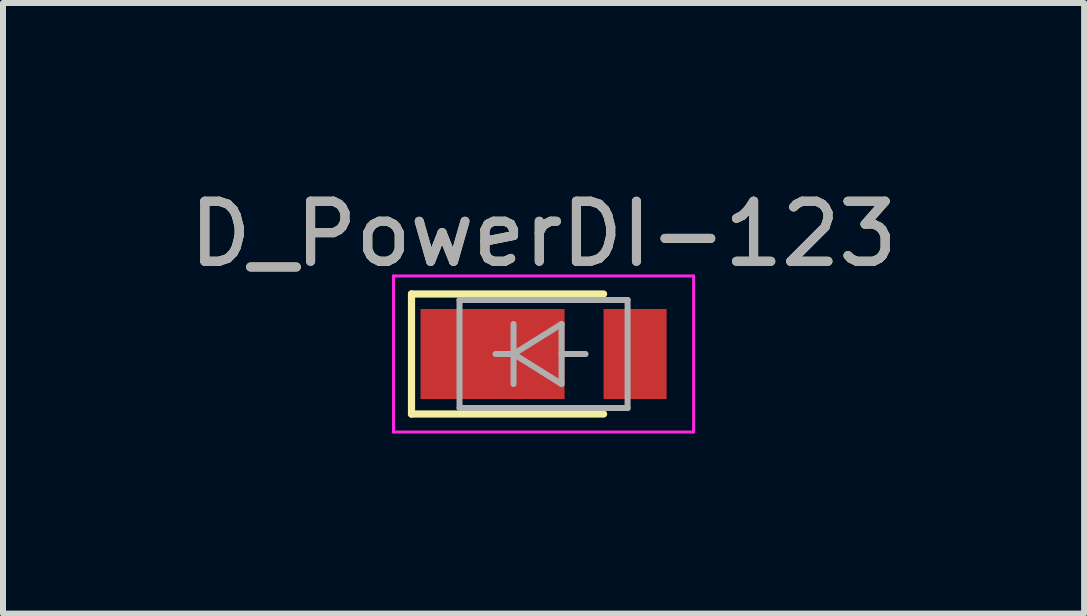
<source format=kicad_pcb>
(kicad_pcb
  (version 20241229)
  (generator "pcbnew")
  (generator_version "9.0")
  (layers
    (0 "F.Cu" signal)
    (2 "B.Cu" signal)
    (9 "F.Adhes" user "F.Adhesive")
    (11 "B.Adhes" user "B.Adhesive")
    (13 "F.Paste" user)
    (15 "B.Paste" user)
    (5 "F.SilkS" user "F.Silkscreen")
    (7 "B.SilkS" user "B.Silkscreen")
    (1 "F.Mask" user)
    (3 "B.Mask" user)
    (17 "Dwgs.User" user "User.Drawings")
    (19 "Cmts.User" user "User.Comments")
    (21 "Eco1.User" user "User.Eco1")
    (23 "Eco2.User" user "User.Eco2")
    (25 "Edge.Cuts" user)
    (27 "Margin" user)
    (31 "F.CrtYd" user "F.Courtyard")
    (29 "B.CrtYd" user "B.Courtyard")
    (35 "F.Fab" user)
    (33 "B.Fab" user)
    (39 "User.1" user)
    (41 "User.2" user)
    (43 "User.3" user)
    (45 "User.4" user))
  (footprint "D_PowerDI-123"
    (layer "F.Cu")
    (at 6.006 2.848)
    (property "Reference" "D_PowerDI-123" (at 0 -2 0) (layer "F.SilkS") (effects (font (size 1 1) (thickness 0.15))))
    (attr smd)
    (fp_line (start -2.2 1) (end -2.2 -1) (stroke (width 0.12) (type solid)) (layer "F.SilkS"))
    (fp_line (start -2.2 1) (end 1 1) (stroke (width 0.12) (type solid)) (layer "F.SilkS"))
    (fp_line (start 1 -1) (end -2.2 -1) (stroke (width 0.12) (type solid)) (layer "F.SilkS"))
    (fp_line (start -2.5 -1.3) (end 2.5 -1.3) (stroke (width 0.05) (type solid)) (layer "F.CrtYd"))
    (fp_line (start -2.5 1.3) (end -2.5 -1.3) (stroke (width 0.05) (type solid)) (layer "F.CrtYd"))
    (fp_line (start 2.5 -1.3) (end 2.5 1.3) (stroke (width 0.05) (type solid)) (layer "F.CrtYd"))
    (fp_line (start 2.5 1.3) (end -2.5 1.3) (stroke (width 0.05) (type solid)) (layer "F.CrtYd"))
    (fp_line (start -1.4 -0.9) (end 1.4 -0.9) (stroke (width 0.1) (type solid)) (layer "F.Fab"))
    (fp_line (start -1.4 0.9) (end -1.4 -0.9) (stroke (width 0.1) (type solid)) (layer "F.Fab"))
    (fp_line (start -0.8 0) (end -0.5 0) (stroke (width 0.1) (type solid)) (layer "F.Fab"))
    (fp_line (start -0.5 0) (end -0.5 -0.5) (stroke (width 0.1) (type solid)) (layer "F.Fab"))
    (fp_line (start -0.5 0) (end -0.5 0.5) (stroke (width 0.1) (type solid)) (layer "F.Fab"))
    (fp_line (start -0.5 0) (end 0.3 0.5) (stroke (width 0.1) (type solid)) (layer "F.Fab"))
    (fp_line (start 0.3 -0.5) (end -0.5 0) (stroke (width 0.1) (type solid)) (layer "F.Fab"))
    (fp_line (start 0.3 0) (end 0.7 0) (stroke (width 0.1) (type solid)) (layer "F.Fab"))
    (fp_line (start 0.3 0.5) (end 0.3 -0.5) (stroke (width 0.1) (type solid)) (layer "F.Fab"))
    (fp_line (start 1.4 -0.9) (end 1.4 0.9) (stroke (width 0.1) (type solid)) (layer "F.Fab"))
    (fp_line (start 1.4 0.9) (end -1.4 0.9) (stroke (width 0.1) (type solid)) (layer "F.Fab"))
    (fp_text user "${REFERENCE}" (at 0 -2 0) (layer "F.Fab") (effects (font (size 1 1) (thickness 0.15))))
    (pad "1" smd rect (at -0.85 0 180) (size 2.4 1.5) (layers "F.Cu" "F.Mask" "F.Paste"))
    (pad "2" smd rect (at 1.525 0 180) (size 1.05 1.5) (layers "F.Cu" "F.Mask" "F.Paste")))
  (gr_rect
    (start -3 -3)
    (end 15.012 7.173)
    (stroke (width 0.1) (type default))
    (fill no)
    (layer "Edge.Cuts")))
</source>
